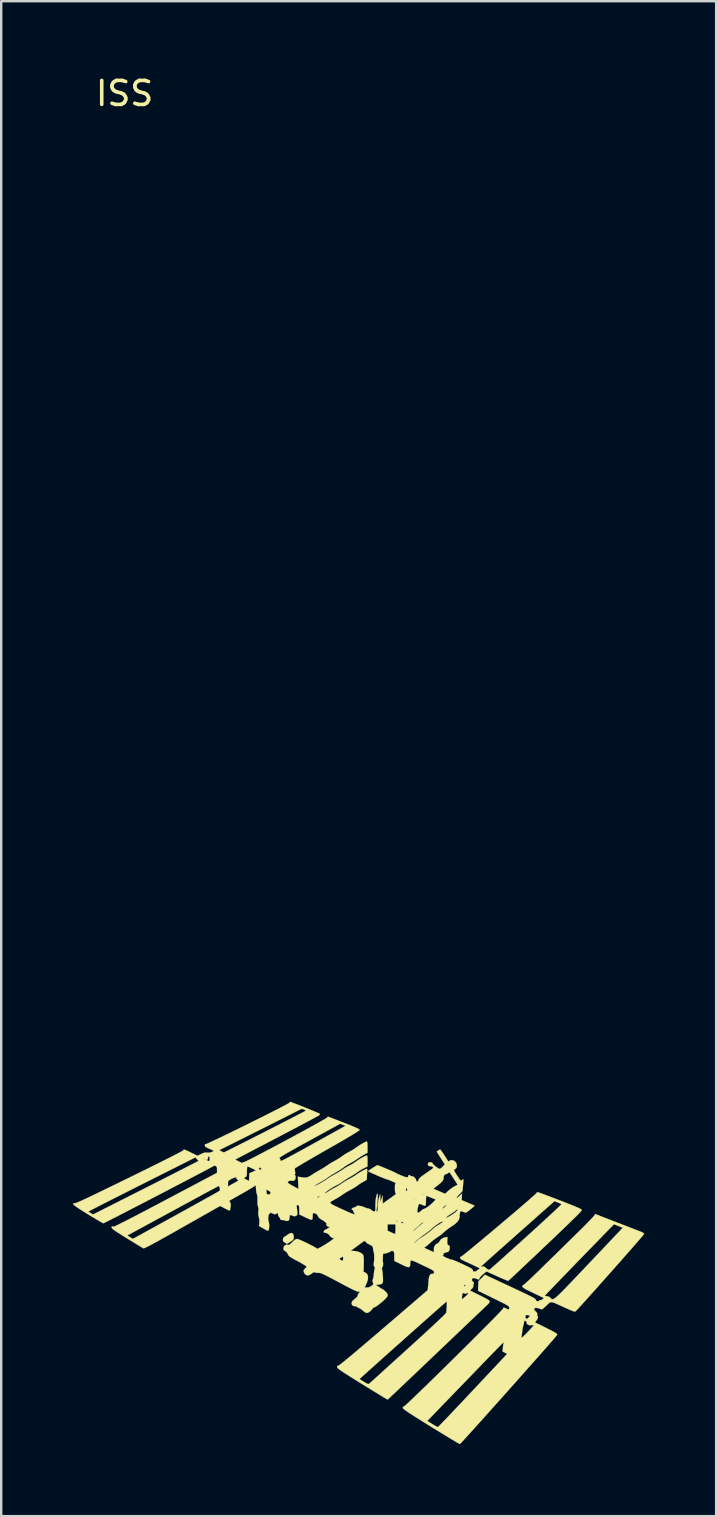
<source format=kicad_pcb>
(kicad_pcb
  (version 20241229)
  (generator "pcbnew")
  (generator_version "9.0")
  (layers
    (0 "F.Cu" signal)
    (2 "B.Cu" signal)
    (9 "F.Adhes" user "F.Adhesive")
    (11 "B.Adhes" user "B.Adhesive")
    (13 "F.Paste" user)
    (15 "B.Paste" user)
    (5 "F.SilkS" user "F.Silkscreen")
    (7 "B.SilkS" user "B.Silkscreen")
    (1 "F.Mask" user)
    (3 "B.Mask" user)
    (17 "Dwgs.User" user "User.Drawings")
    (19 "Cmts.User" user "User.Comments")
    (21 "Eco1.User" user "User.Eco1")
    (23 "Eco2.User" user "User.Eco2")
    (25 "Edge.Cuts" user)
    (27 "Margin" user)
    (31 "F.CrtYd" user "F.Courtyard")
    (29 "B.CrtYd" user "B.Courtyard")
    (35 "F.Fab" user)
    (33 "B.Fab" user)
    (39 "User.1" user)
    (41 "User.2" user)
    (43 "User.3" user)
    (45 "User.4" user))
  (footprint "ISS"
    (layer "F.Cu")
    (at 12.304 47.338)
    (property "Reference" "ISS" (at -10.16 -46.49 0) (layer "F.SilkS") (effects (font (size 1 1) (thickness 0.15))))
    (attr through_hole)
    (fp_poly (pts (xy -3.137 1.058) (xy -3.108 1.134) (xy -3.104 1.181) (xy -3.107 1.243) (xy -3.122 1.287) (xy -3.158 1.325) (xy -3.226 1.373) (xy -3.24 1.383) (xy -3.312 1.429) (xy -3.365 1.462) (xy -3.386 1.473) (xy -3.412 1.461) (xy -3.465 1.431) (xy -3.481 1.422) (xy -3.537 1.38) (xy -3.557 1.336) (xy -3.557 1.289) (xy -3.534 1.217) (xy -3.474 1.169) (xy -3.404 1.127) (xy -3.349 1.086) (xy -3.264 1.032) (xy -3.191 1.023) (xy -3.137 1.058)) (stroke (width 0.01) (type solid)) (fill yes) (layer "F.SilkS"))
    (fp_poly (pts (xy 9.516 0.252) (xy 9.596 0.283) (xy 9.71 0.328) (xy 9.851 0.383) (xy 10.014 0.446) (xy 10.192 0.515) (xy 10.378 0.587) (xy 10.565 0.659) (xy 10.748 0.73) (xy 10.919 0.796) (xy 11.072 0.856) (xy 11.2 0.905) (xy 11.298 0.943) (xy 11.357 0.966) (xy 11.367 0.969) (xy 11.456 1.01) (xy 11.497 1.049) (xy 11.501 1.064) (xy 11.484 1.087) (xy 11.437 1.145) (xy 11.362 1.233) (xy 11.261 1.349) (xy 11.14 1.49) (xy 10.999 1.651) (xy 10.842 1.83) (xy 10.672 2.023) (xy 10.493 2.227) (xy 10.307 2.437) (xy 10.116 2.652) (xy 9.925 2.868) (xy 9.736 3.08) (xy 9.553 3.286) (xy 9.377 3.483) (xy 9.213 3.667) (xy 9.062 3.834) (xy 8.929 3.981) (xy 8.816 4.105) (xy 8.726 4.203) (xy 8.663 4.27) (xy 8.658 4.275) (xy 8.641 4.29) (xy 8.619 4.297) (xy 8.586 4.294) (xy 8.536 4.279) (xy 8.461 4.249) (xy 8.354 4.202) (xy 8.209 4.137) (xy 8.184 4.126) (xy 8.009 4.047) (xy 7.874 3.986) (xy 7.773 3.942) (xy 7.698 3.916) (xy 7.643 3.904) (xy 7.602 3.907) (xy 7.567 3.924) (xy 7.531 3.952) (xy 7.489 3.992) (xy 7.467 4.012) (xy 7.392 4.081) (xy 7.327 4.14) (xy 7.285 4.178) (xy 7.282 4.181) (xy 7.248 4.202) (xy 7.208 4.2) (xy 7.149 4.179) (xy 7.05 4.148) (xy 6.974 4.144) (xy 6.926 4.164) (xy 6.913 4.202) (xy 6.941 4.255) (xy 6.981 4.294) (xy 7.034 4.347) (xy 7.049 4.392) (xy 7.045 4.413) (xy 7.042 4.462) (xy 7.055 4.482) (xy 7.08 4.524) (xy 7.063 4.591) (xy 7.017 4.664) (xy 6.952 4.749) (xy 7.423 4.984) (xy 7.583 5.064) (xy 7.702 5.126) (xy 7.786 5.173) (xy 7.84 5.208) (xy 7.869 5.234) (xy 7.879 5.255) (xy 7.878 5.267) (xy 7.859 5.292) (xy 7.81 5.352) (xy 7.731 5.444) (xy 7.626 5.565) (xy 7.498 5.712) (xy 7.348 5.882) (xy 7.18 6.073) (xy 6.996 6.282) (xy 6.798 6.506) (xy 6.589 6.741) (xy 6.372 6.986) (xy 6.149 7.237) (xy 5.923 7.491) (xy 5.695 7.746) (xy 5.47 7.999) (xy 5.249 8.246) (xy 5.034 8.486) (xy 4.829 8.715) (xy 4.636 8.93) (xy 4.457 9.129) (xy 4.295 9.308) (xy 4.153 9.465) (xy 4.032 9.597) (xy 3.937 9.701) (xy 3.868 9.775) (xy 3.829 9.815) (xy 3.821 9.821) (xy 3.794 9.809) (xy 3.729 9.773) (xy 3.628 9.714) (xy 3.497 9.636) (xy 3.338 9.54) (xy 3.157 9.43) (xy 2.957 9.307) (xy 2.742 9.175) (xy 2.617 9.098) (xy 2.358 8.937) (xy 2.234 8.859) (xy 2.461 8.859) (xy 2.669 8.988) (xy 2.761 9.044) (xy 2.838 9.087) (xy 2.889 9.112) (xy 2.903 9.116) (xy 2.924 9.098) (xy 2.977 9.045) (xy 3.059 8.961) (xy 3.168 8.847) (xy 3.302 8.708) (xy 3.457 8.545) (xy 3.631 8.362) (xy 3.821 8.161) (xy 4.025 7.944) (xy 4.241 7.715) (xy 4.36 7.588) (xy 5.792 6.062) (xy 5.697 6.013) (xy 5.601 5.964) (xy 5.615 5.808) (xy 5.625 5.716) (xy 5.637 5.638) (xy 5.647 5.601) (xy 5.65 5.59) (xy 5.652 5.583) (xy 5.649 5.581) (xy 5.641 5.585) (xy 5.623 5.599) (xy 5.596 5.624) (xy 5.557 5.663) (xy 5.503 5.716) (xy 5.432 5.787) (xy 5.344 5.878) (xy 5.235 5.99) (xy 5.103 6.125) (xy 4.947 6.286) (xy 4.765 6.475) (xy 4.554 6.693) (xy 4.312 6.943) (xy 4.038 7.227) (xy 3.936 7.332) (xy 2.461 8.859) (xy 2.234 8.859) (xy 2.139 8.8) (xy 1.957 8.686) (xy 1.809 8.591) (xy 1.691 8.515) (xy 1.6 8.453) (xy 1.534 8.406) (xy 1.488 8.37) (xy 1.46 8.342) (xy 1.446 8.322) (xy 1.442 8.309) (xy 1.452 8.266) (xy 1.479 8.264) (xy 1.502 8.248) (xy 1.559 8.2) (xy 1.645 8.121) (xy 1.759 8.014) (xy 1.898 7.882) (xy 2.059 7.727) (xy 2.239 7.553) (xy 2.436 7.363) (xy 2.646 7.158) (xy 2.867 6.941) (xy 3.097 6.717) (xy 3.331 6.486) (xy 3.569 6.252) (xy 3.806 6.017) (xy 4.04 5.785) (xy 4.269 5.558) (xy 4.442 5.385) (xy 6.381 5.385) (xy 6.388 5.397) (xy 6.424 5.372) (xy 6.492 5.311) (xy 6.591 5.211) (xy 6.632 5.169) (xy 6.725 5.071) (xy 6.805 4.985) (xy 6.864 4.919) (xy 6.897 4.879) (xy 6.902 4.87) (xy 6.881 4.862) (xy 6.826 4.864) (xy 6.801 4.867) (xy 6.707 4.865) (xy 6.637 4.831) (xy 6.601 4.772) (xy 6.598 4.746) (xy 6.594 4.707) (xy 6.588 4.699) (xy 6.558 4.691) (xy 6.537 4.684) (xy 6.507 4.685) (xy 6.497 4.726) (xy 6.497 4.733) (xy 6.487 4.806) (xy 6.468 4.869) (xy 6.451 4.93) (xy 6.434 5.022) (xy 6.42 5.126) (xy 6.419 5.131) (xy 6.407 5.233) (xy 6.394 5.323) (xy 6.382 5.382) (xy 6.381 5.385) (xy 4.442 5.385) (xy 4.489 5.338) (xy 4.698 5.129) (xy 4.893 4.933) (xy 5.071 4.753) (xy 5.23 4.592) (xy 5.322 4.497) (xy 6.55 4.497) (xy 6.556 4.553) (xy 6.575 4.587) (xy 6.6 4.607) (xy 6.631 4.597) (xy 6.678 4.556) (xy 6.721 4.509) (xy 6.738 4.478) (xy 6.737 4.474) (xy 6.706 4.457) (xy 6.641 4.444) (xy 6.611 4.439) (xy 6.57 4.453) (xy 6.55 4.497) (xy 5.322 4.497) (xy 5.366 4.452) (xy 5.477 4.337) (xy 5.561 4.248) (xy 5.614 4.189) (xy 5.633 4.162) (xy 5.633 4.162) (xy 5.636 4.134) (xy 5.652 4.128) (xy 5.695 4.146) (xy 5.734 4.165) (xy 5.816 4.203) (xy 5.863 4.212) (xy 5.882 4.191) (xy 5.882 4.141) (xy 5.878 4.117) (xy 5.867 4.095) (xy 5.844 4.072) (xy 5.804 4.043) (xy 5.742 4.007) (xy 5.654 3.96) (xy 5.533 3.899) (xy 5.376 3.821) (xy 5.227 3.748) (xy 4.579 3.431) (xy 4.594 3.035) (xy 4.729 2.899) (xy 4.864 2.763) (xy 5.928 3.26) (xy 6.182 3.379) (xy 6.394 3.479) (xy 6.566 3.561) (xy 6.703 3.628) (xy 6.809 3.682) (xy 6.886 3.723) (xy 6.938 3.755) (xy 6.97 3.779) (xy 6.985 3.796) (xy 6.987 3.806) (xy 7.002 3.846) (xy 7.045 3.869) (xy 7.092 3.871) (xy 7.124 3.844) (xy 7.124 3.844) (xy 7.156 3.82) (xy 7.181 3.822) (xy 7.218 3.817) (xy 7.262 3.792) (xy 7.299 3.759) (xy 7.311 3.732) (xy 7.307 3.726) (xy 7.282 3.713) (xy 7.218 3.682) (xy 7.123 3.637) (xy 7.12 3.635) (xy 7.365 3.635) (xy 7.381 3.65) (xy 7.432 3.657) (xy 7.443 3.658) (xy 7.536 3.679) (xy 7.589 3.721) (xy 7.612 3.746) (xy 7.633 3.766) (xy 7.654 3.78) (xy 7.679 3.786) (xy 7.709 3.781) (xy 7.746 3.764) (xy 7.794 3.732) (xy 7.854 3.683) (xy 7.929 3.615) (xy 8.021 3.526) (xy 8.133 3.414) (xy 8.266 3.277) (xy 8.425 3.113) (xy 8.609 2.919) (xy 8.823 2.693) (xy 9.069 2.434) (xy 9.202 2.294) (xy 10.614 0.803) (xy 10.43 0.73) (xy 10.247 0.657) (xy 10.103 0.805) (xy 9.863 1.051) (xy 9.621 1.3) (xy 9.378 1.55) (xy 9.137 1.798) (xy 8.901 2.041) (xy 8.672 2.276) (xy 8.454 2.502) (xy 8.248 2.715) (xy 8.057 2.912) (xy 7.884 3.091) (xy 7.732 3.25) (xy 7.602 3.385) (xy 7.498 3.493) (xy 7.422 3.573) (xy 7.377 3.621) (xy 7.365 3.635) (xy 7.12 3.635) (xy 7.004 3.58) (xy 6.869 3.516) (xy 6.865 3.514) (xy 6.707 3.438) (xy 6.59 3.379) (xy 6.508 3.333) (xy 6.457 3.299) (xy 6.431 3.271) (xy 6.425 3.255) (xy 6.432 3.21) (xy 6.457 3.2) (xy 6.484 3.183) (xy 6.542 3.134) (xy 6.628 3.057) (xy 6.737 2.956) (xy 6.864 2.836) (xy 7.006 2.699) (xy 7.151 2.558) (xy 7.321 2.391) (xy 7.518 2.197) (xy 7.735 1.986) (xy 7.961 1.764) (xy 8.188 1.542) (xy 8.407 1.327) (xy 8.61 1.129) (xy 8.618 1.121) (xy 8.786 0.955) (xy 8.944 0.799) (xy 9.086 0.656) (xy 9.209 0.53) (xy 9.309 0.425) (xy 9.384 0.345) (xy 9.428 0.293) (xy 9.439 0.276) (xy 9.457 0.24) (xy 9.477 0.237) (xy 9.516 0.252)) (stroke (width 0.01) (type solid)) (fill yes) (layer "F.SilkS"))
    (fp_poly (pts (xy -3.226 -4.436) (xy -3.155 -4.411) (xy -3.054 -4.372) (xy -2.929 -4.324) (xy -2.789 -4.269) (xy -2.642 -4.21) (xy -2.494 -4.15) (xy -2.354 -4.093) (xy -2.229 -4.04) (xy -2.127 -3.997) (xy -2.055 -3.965) (xy -2.021 -3.947) (xy -2.02 -3.945) (xy -2.026 -3.907) (xy -2.032 -3.896) (xy -2.057 -3.881) (xy -2.123 -3.843) (xy -2.228 -3.786) (xy -2.367 -3.711) (xy -2.538 -3.62) (xy -2.736 -3.514) (xy -2.958 -3.397) (xy -3.201 -3.269) (xy -3.461 -3.132) (xy -3.735 -2.989) (xy -3.79 -2.96) (xy -4.066 -2.815) (xy -4.328 -2.678) (xy -4.574 -2.55) (xy -4.8 -2.431) (xy -5.002 -2.326) (xy -5.177 -2.234) (xy -5.322 -2.158) (xy -5.432 -2.1) (xy -5.505 -2.061) (xy -5.538 -2.044) (xy -5.539 -2.043) (xy -5.523 -2.029) (xy -5.472 -1.999) (xy -5.397 -1.959) (xy -5.393 -1.957) (xy -5.316 -1.922) (xy -5.261 -1.903) (xy -5.238 -1.904) (xy -5.238 -1.905) (xy -5.217 -1.925) (xy -5.185 -1.93) (xy -5.152 -1.942) (xy -5.079 -1.976) (xy -4.97 -2.029) (xy -4.83 -2.1) (xy -4.823 -2.103) (xy -3.704 -2.103) (xy -3.703 -2.102) (xy -3.672 -2.062) (xy -3.663 -2.019) (xy -3.661 -1.995) (xy -3.651 -1.983) (xy -3.625 -1.986) (xy -3.575 -2.006) (xy -3.495 -2.045) (xy -3.378 -2.106) (xy -3.377 -2.106) (xy -3.296 -2.15) (xy -3.176 -2.214) (xy -3.024 -2.297) (xy -2.845 -2.395) (xy -2.645 -2.504) (xy -2.431 -2.622) (xy -2.208 -2.746) (xy -2.018 -2.851) (xy -0.944 -3.447) (xy -1.057 -3.49) (xy -1.17 -3.533) (xy -2.456 -2.829) (xy -2.746 -2.67) (xy -2.993 -2.533) (xy -3.199 -2.418) (xy -3.367 -2.323) (xy -3.498 -2.246) (xy -3.596 -2.188) (xy -3.661 -2.145) (xy -3.696 -2.117) (xy -3.704 -2.103) (xy -4.823 -2.103) (xy -4.662 -2.186) (xy -4.471 -2.286) (xy -4.262 -2.395) (xy -4.038 -2.514) (xy -3.804 -2.638) (xy -3.563 -2.766) (xy -3.321 -2.896) (xy -3.08 -3.026) (xy -2.846 -3.152) (xy -2.623 -3.274) (xy -2.415 -3.388) (xy -2.226 -3.492) (xy -2.06 -3.585) (xy -1.922 -3.663) (xy -1.815 -3.725) (xy -1.744 -3.768) (xy -1.714 -3.791) (xy -1.713 -3.792) (xy -1.686 -3.825) (xy -1.66 -3.823) (xy -1.626 -3.81) (xy -1.551 -3.781) (xy -1.442 -3.739) (xy -1.307 -3.687) (xy -1.15 -3.626) (xy -0.99 -3.564) (xy -0.789 -3.485) (xy -0.633 -3.421) (xy -0.516 -3.371) (xy -0.435 -3.333) (xy -0.385 -3.304) (xy -0.363 -3.283) (xy -0.361 -3.276) (xy -0.378 -3.257) (xy -0.428 -3.22) (xy -0.513 -3.164) (xy -0.635 -3.089) (xy -0.795 -2.993) (xy -0.994 -2.876) (xy -1.234 -2.737) (xy -1.517 -2.575) (xy -1.705 -2.467) (xy -1.945 -2.331) (xy -2.171 -2.2) (xy -2.38 -2.08) (xy -2.568 -1.97) (xy -2.732 -1.874) (xy -2.866 -1.794) (xy -2.968 -1.732) (xy -3.034 -1.69) (xy -3.06 -1.671) (xy -3.06 -1.671) (xy -3.062 -1.627) (xy -3.055 -1.558) (xy -3.051 -1.537) (xy -3.045 -1.455) (xy -3.062 -1.417) (xy -3.077 -1.4) (xy -3.06 -1.397) (xy -3.038 -1.373) (xy -3.028 -1.307) (xy -3.028 -1.296) (xy -3.045 -1.209) (xy -3.094 -1.16) (xy -3.175 -1.151) (xy -3.209 -1.156) (xy -3.282 -1.157) (xy -3.337 -1.129) (xy -3.358 -1.082) (xy -3.337 -1.059) (xy -3.281 -1.019) (xy -3.198 -0.969) (xy -3.134 -0.933) (xy -2.909 -0.813) (xy -2.921 -1.07) (xy -2.934 -1.327) (xy -2.835 -1.309) (xy -2.703 -1.289) (xy -2.602 -1.288) (xy -2.513 -1.309) (xy -2.421 -1.356) (xy -2.351 -1.401) (xy -2.237 -1.474) (xy -2.109 -1.552) (xy -1.999 -1.614) (xy -1.892 -1.676) (xy -1.782 -1.745) (xy -1.695 -1.805) (xy -1.602 -1.868) (xy -1.49 -1.935) (xy -1.403 -1.982) (xy -1.292 -2.043) (xy -1.175 -2.117) (xy -1.098 -2.172) (xy -0.997 -2.242) (xy -0.879 -2.315) (xy -0.793 -2.361) (xy -0.686 -2.42) (xy -0.575 -2.489) (xy -0.501 -2.541) (xy -0.417 -2.6) (xy -0.321 -2.662) (xy -0.224 -2.718) (xy -0.14 -2.763) (xy -0.078 -2.79) (xy -0.059 -2.794) (xy -0.044 -2.769) (xy -0.035 -2.695) (xy -0.031 -2.575) (xy -0.031 -2.559) (xy -0.032 -2.324) (xy -0.19 -2.237) (xy -0.295 -2.176) (xy -0.405 -2.105) (xy -0.475 -2.056) (xy -0.568 -1.993) (xy -0.68 -1.926) (xy -0.768 -1.879) (xy -0.872 -1.821) (xy -0.977 -1.754) (xy -1.047 -1.702) (xy -1.124 -1.645) (xy -1.228 -1.577) (xy -1.338 -1.512) (xy -1.364 -1.497) (xy -1.474 -1.434) (xy -1.583 -1.366) (xy -1.671 -1.305) (xy -1.687 -1.293) (xy -1.765 -1.237) (xy -1.87 -1.17) (xy -1.983 -1.103) (xy -2.024 -1.081) (xy -2.116 -1.028) (xy -2.189 -0.983) (xy -2.233 -0.951) (xy -2.241 -0.941) (xy -2.221 -0.941) (xy -2.167 -0.963) (xy -2.087 -1.003) (xy -1.992 -1.055) (xy -1.888 -1.116) (xy -1.786 -1.179) (xy -1.693 -1.241) (xy -1.682 -1.249) (xy -1.574 -1.32) (xy -1.453 -1.393) (xy -1.353 -1.448) (xy -1.246 -1.507) (xy -1.134 -1.576) (xy -1.06 -1.627) (xy -0.961 -1.695) (xy -0.847 -1.759) (xy -0.785 -1.79) (xy -0.681 -1.844) (xy -0.57 -1.913) (xy -0.508 -1.958) (xy -0.428 -2.016) (xy -0.333 -2.076) (xy -0.235 -2.132) (xy -0.147 -2.178) (xy -0.081 -2.205) (xy -0.057 -2.21) (xy -0.044 -2.186) (xy -0.035 -2.117) (xy -0.031 -2.012) (xy -0.031 -1.982) (xy -0.031 -1.753) (xy -0.19 -1.673) (xy -0.287 -1.621) (xy -0.38 -1.564) (xy -0.439 -1.522) (xy -0.501 -1.478) (xy -0.593 -1.419) (xy -0.698 -1.354) (xy -0.755 -1.321) (xy -0.862 -1.257) (xy -0.963 -1.194) (xy -1.042 -1.14) (xy -1.071 -1.119) (xy -1.138 -1.073) (xy -1.233 -1.016) (xy -1.336 -0.96) (xy -1.35 -0.953) (xy -1.456 -0.896) (xy -1.562 -0.831) (xy -1.66 -0.765) (xy -1.74 -0.705) (xy -1.792 -0.657) (xy -1.809 -0.63) (xy -1.791 -0.63) (xy -1.743 -0.656) (xy -1.688 -0.693) (xy -1.599 -0.752) (xy -1.491 -0.817) (xy -1.403 -0.863) (xy -1.295 -0.922) (xy -1.183 -0.99) (xy -1.109 -1.042) (xy -1.019 -1.102) (xy -0.907 -1.17) (xy -0.797 -1.23) (xy -0.796 -1.23) (xy -0.683 -1.292) (xy -0.563 -1.365) (xy -0.467 -1.43) (xy -0.384 -1.486) (xy -0.292 -1.541) (xy -0.202 -1.591) (xy -0.123 -1.629) (xy -0.068 -1.649) (xy -0.047 -1.649) (xy -0.044 -1.621) (xy -0.045 -1.554) (xy -0.048 -1.46) (xy -0.05 -1.416) (xy -0.063 -1.195) (xy -0.218 -1.108) (xy -0.317 -1.049) (xy -0.414 -0.985) (xy -0.475 -0.939) (xy -0.551 -0.887) (xy -0.651 -0.826) (xy -0.754 -0.77) (xy -0.755 -0.769) (xy -0.864 -0.711) (xy -0.974 -0.644) (xy -1.06 -0.586) (xy -1.148 -0.525) (xy -1.258 -0.456) (xy -1.364 -0.395) (xy -1.458 -0.344) (xy -1.528 -0.305) (xy -1.57 -0.271) (xy -1.583 -0.241) (xy -1.564 -0.209) (xy -1.51 -0.17) (xy -1.419 -0.122) (xy -1.288 -0.059) (xy -1.114 0.022) (xy -1.104 0.026) (xy -0.911 0.115) (xy -0.762 0.18) (xy -0.654 0.223) (xy -0.588 0.242) (xy -0.56 0.239) (xy -0.57 0.215) (xy -0.587 0.196) (xy -0.612 0.147) (xy -0.615 0.125) (xy -0.635 0.08) (xy -0.653 0.067) (xy -0.69 0.038) (xy -0.683 0.003) (xy -0.638 -0.026) (xy -0.601 -0.037) (xy -0.538 -0.057) (xy -0.499 -0.085) (xy -0.497 -0.089) (xy -0.464 -0.11) (xy -0.398 -0.113) (xy -0.312 -0.101) (xy -0.219 -0.075) (xy -0.153 -0.047) (xy -0.078 -0.017) (xy -0.011 -0.001) (xy 0 0) (xy 0.058 0.017) (xy 0.12 0.058) (xy 0.127 0.064) (xy 0.187 0.106) (xy 0.242 0.127) (xy 0.247 0.127) (xy 0.271 0.124) (xy 0.287 0.107) (xy 0.295 0.068) (xy 0.298 -0.003) (xy 0.299 -0.115) (xy 0.299 -0.116) (xy 0.304 -0.273) (xy 0.318 -0.412) (xy 0.34 -0.525) (xy 0.367 -0.602) (xy 0.381 -0.622) (xy 0.389 -0.609) (xy 0.393 -0.556) (xy 0.393 -0.473) (xy 0.389 -0.371) (xy 0.383 -0.259) (xy 0.374 -0.149) (xy 0.364 -0.051) (xy 0.352 0.025) (xy 0.35 0.032) (xy 0.341 0.096) (xy 0.35 0.123) (xy 0.365 0.127) (xy 0.383 0.115) (xy 0.389 0.095) (xy 2.045 0.095) (xy 2.049 0.158) (xy 2.079 0.178) (xy 2.134 0.154) (xy 2.2 0.102) (xy 2.255 0.055) (xy 2.295 0.028) (xy 2.304 0.025) (xy 2.355 0.009) (xy 2.379 -0.004) (xy 3.094 -0.004) (xy 3.1 0.000001) (xy 3.138 -0.017) (xy 3.191 -0.06) (xy 3.208 -0.076) (xy 3.248 -0.123) (xy 3.263 -0.15) (xy 3.26 -0.152) (xy 3.23 -0.137) (xy 3.179 -0.098) (xy 3.153 -0.076) (xy 3.109 -0.032) (xy 3.094 -0.004) (xy 2.379 -0.004) (xy 2.431 -0.034) (xy 2.519 -0.096) (xy 2.61 -0.169) (xy 2.681 -0.235) (xy 2.815 -0.371) (xy 2.643 -0.443) (xy 2.554 -0.479) (xy 2.482 -0.509) (xy 2.441 -0.526) (xy 2.439 -0.526) (xy 2.423 -0.519) (xy 2.413 -0.478) (xy 2.408 -0.397) (xy 2.407 -0.334) (xy 2.405 -0.237) (xy 2.397 -0.161) (xy 2.386 -0.119) (xy 2.383 -0.115) (xy 2.345 -0.114) (xy 2.288 -0.135) (xy 2.287 -0.135) (xy 2.2 -0.177) (xy 2.145 -0.191) (xy 2.112 -0.175) (xy 2.09 -0.127) (xy 2.082 -0.096) (xy 2.062 -0.006) (xy 2.047 0.08) (xy 2.045 0.095) (xy 0.389 0.095) (xy 0.395 0.075) (xy 0.401 -0.002) (xy 0.402 -0.095) (xy 0.414 -0.284) (xy 0.445 -0.439) (xy 0.451 -0.457) (xy 0.497 -0.597) (xy 0.507 -0.267) (xy 0.553 -0.406) (xy 0.599 -0.546) (xy 0.602 -0.375) (xy 0.604 -0.204) (xy 0.871 -0.394) (xy 1.899 -0.394) (xy 1.912 -0.381) (xy 1.925 -0.394) (xy 1.912 -0.406) (xy 1.899 -0.394) (xy 0.871 -0.394) (xy 0.877 -0.398) (xy 0.995 -0.482) (xy 1.078 -0.541) (xy 1.119 -0.571) (xy 2.306 -0.571) (xy 2.319 -0.559) (xy 2.331 -0.571) (xy 2.319 -0.584) (xy 2.306 -0.571) (xy 1.119 -0.571) (xy 1.13 -0.58) (xy 1.15 -0.597) (xy 2.255 -0.597) (xy 2.268 -0.584) (xy 2.28 -0.597) (xy 2.268 -0.61) (xy 2.255 -0.597) (xy 1.15 -0.597) (xy 1.157 -0.603) (xy 1.165 -0.616) (xy 1.158 -0.623) (xy 1.144 -0.628) (xy 1.125 -0.657) (xy 1.115 -0.731) (xy 1.113 -0.803) (xy 1.571 -0.803) (xy 1.572 -0.742) (xy 1.583 -0.723) (xy 1.608 -0.737) (xy 1.608 -0.737) (xy 1.631 -0.776) (xy 1.624 -0.797) (xy 1.609 -0.822) (xy 2.72 -0.822) (xy 2.745 -0.81) (xy 2.807 -0.782) (xy 2.895 -0.745) (xy 2.967 -0.714) (xy 3.208 -0.613) (xy 3.322 -0.722) (xy 3.411 -0.797) (xy 3.517 -0.873) (xy 3.581 -0.912) (xy 3.727 -0.993) (xy 3.584 -1.214) (xy 3.506 -1.336) (xy 3.45 -1.421) (xy 3.413 -1.475) (xy 3.389 -1.503) (xy 3.374 -1.511) (xy 3.363 -1.505) (xy 3.351 -1.49) (xy 3.35 -1.489) (xy 3.303 -1.456) (xy 3.251 -1.436) (xy 3.185 -1.408) (xy 3.153 -1.358) (xy 3.144 -1.28) (xy 3.133 -1.211) (xy 3.094 -1.142) (xy 3.023 -1.066) (xy 2.914 -0.977) (xy 2.877 -0.949) (xy 2.802 -0.893) (xy 2.747 -0.848) (xy 2.721 -0.824) (xy 2.72 -0.822) (xy 1.609 -0.822) (xy 1.594 -0.847) (xy 1.587 -0.864) (xy 1.578 -0.866) (xy 1.572 -0.827) (xy 1.571 -0.803) (xy 1.113 -0.803) (xy 1.112 -0.84) (xy 1.113 -0.942) (xy 1.119 -1.003) (xy 1.131 -1.033) (xy 1.152 -1.042) (xy 1.156 -1.042) (xy 1.155 -1.051) (xy 1.115 -1.076) (xy 1.044 -1.111) (xy 1 -1.131) (xy 0.906 -1.171) (xy 0.828 -1.202) (xy 0.779 -1.218) (xy 0.771 -1.219) (xy 0.737 -1.229) (xy 0.668 -1.254) (xy 0.574 -1.292) (xy 0.463 -1.338) (xy 0.347 -1.388) (xy 0.233 -1.438) (xy 0.132 -1.484) (xy 0.052 -1.521) (xy 0.005 -1.546) (xy -0.005 -1.554) (xy 0.015 -1.573) (xy 0.066 -1.611) (xy 0.138 -1.659) (xy 0.217 -1.71) (xy 0.292 -1.756) (xy 0.352 -1.79) (xy 0.384 -1.803) (xy 0.384 -1.803) (xy 0.416 -1.794) (xy 0.483 -1.768) (xy 0.577 -1.731) (xy 0.688 -1.685) (xy 0.804 -1.636) (xy 0.917 -1.588) (xy 1.016 -1.545) (xy 1.09 -1.511) (xy 1.131 -1.491) (xy 1.134 -1.489) (xy 1.172 -1.468) (xy 1.244 -1.433) (xy 1.338 -1.391) (xy 1.392 -1.369) (xy 1.512 -1.322) (xy 1.593 -1.3) (xy 1.643 -1.302) (xy 1.666 -1.329) (xy 1.671 -1.364) (xy 1.691 -1.393) (xy 1.709 -1.397) (xy 1.743 -1.383) (xy 1.747 -1.372) (xy 1.769 -1.354) (xy 1.821 -1.346) (xy 1.89 -1.324) (xy 1.953 -1.269) (xy 1.994 -1.198) (xy 2.001 -1.156) (xy 2.016 -1.125) (xy 2.05 -1.124) (xy 2.084 -1.149) (xy 2.099 -1.181) (xy 2.108 -1.215) (xy 2.125 -1.247) (xy 2.158 -1.283) (xy 2.211 -1.328) (xy 2.293 -1.388) (xy 2.408 -1.468) (xy 2.452 -1.498) (xy 2.566 -1.578) (xy 2.643 -1.634) (xy 2.69 -1.672) (xy 2.709 -1.697) (xy 2.708 -1.715) (xy 2.691 -1.731) (xy 2.685 -1.736) (xy 2.631 -1.76) (xy 2.595 -1.761) (xy 2.545 -1.765) (xy 2.501 -1.802) (xy 2.484 -1.855) (xy 2.504 -1.9) (xy 2.554 -1.926) (xy 2.613 -1.929) (xy 2.664 -1.907) (xy 2.681 -1.882) (xy 2.713 -1.837) (xy 2.772 -1.781) (xy 2.845 -1.723) (xy 2.915 -1.677) (xy 2.969 -1.652) (xy 2.979 -1.651) (xy 3.02 -1.668) (xy 3.076 -1.713) (xy 3.108 -1.744) (xy 3.195 -1.837) (xy 2.856 -2.368) (xy 2.918 -2.416) (xy 2.968 -2.447) (xy 3.002 -2.455) (xy 3.025 -2.432) (xy 3.068 -2.373) (xy 3.128 -2.286) (xy 3.198 -2.179) (xy 3.274 -2.06) (xy 3.323 -1.981) (xy 3.35 -1.959) (xy 3.366 -1.97) (xy 3.422 -2.01) (xy 3.497 -2.016) (xy 3.575 -1.991) (xy 3.641 -1.939) (xy 3.665 -1.904) (xy 3.698 -1.802) (xy 3.688 -1.715) (xy 3.637 -1.65) (xy 3.58 -1.622) (xy 3.576 -1.599) (xy 3.601 -1.539) (xy 3.658 -1.443) (xy 3.702 -1.375) (xy 3.77 -1.272) (xy 3.817 -1.206) (xy 3.848 -1.171) (xy 3.872 -1.161) (xy 3.892 -1.17) (xy 3.907 -1.182) (xy 3.947 -1.212) (xy 3.966 -1.217) (xy 3.967 -1.189) (xy 3.964 -1.122) (xy 3.957 -1.027) (xy 3.951 -0.965) (xy 3.928 -0.724) (xy 3.785 -0.578) (xy 3.715 -0.501) (xy 3.682 -0.451) (xy 3.684 -0.432) (xy 3.718 -0.447) (xy 3.782 -0.5) (xy 3.812 -0.527) (xy 3.91 -0.622) (xy 3.896 -0.347) (xy 4.159 -0.237) (xy 4.265 -0.192) (xy 4.353 -0.154) (xy 4.412 -0.128) (xy 4.432 -0.118) (xy 4.418 -0.099) (xy 4.372 -0.056) (xy 4.302 0.003) (xy 4.259 0.039) (xy 4.172 0.108) (xy 4.114 0.149) (xy 4.073 0.168) (xy 4.039 0.168) (xy 4 0.156) (xy 3.997 0.154) (xy 3.913 0.122) (xy 3.864 0.111) (xy 3.839 0.125) (xy 3.826 0.165) (xy 3.821 0.195) (xy 3.81 0.284) (xy 3.805 0.37) (xy 3.805 0.375) (xy 3.781 0.461) (xy 3.714 0.557) (xy 3.608 0.655) (xy 3.469 0.751) (xy 3.465 0.753) (xy 3.362 0.822) (xy 3.251 0.907) (xy 3.169 0.977) (xy 3.076 1.059) (xy 2.972 1.139) (xy 2.89 1.194) (xy 2.791 1.261) (xy 2.686 1.342) (xy 2.623 1.396) (xy 2.543 1.468) (xy 2.464 1.536) (xy 2.414 1.576) (xy 2.331 1.64) (xy 2.534 1.732) (xy 2.738 1.825) (xy 2.738 1.7) (xy 2.742 1.628) (xy 2.752 1.583) (xy 2.76 1.575) (xy 2.784 1.554) (xy 2.795 1.526) (xy 2.828 1.485) (xy 2.868 1.469) (xy 2.927 1.437) (xy 2.966 1.382) (xy 3.035 1.284) (xy 3.133 1.225) (xy 3.205 1.205) (xy 3.301 1.187) (xy 3.296 1.299) (xy 3.293 1.405) (xy 3.297 1.472) (xy 3.31 1.509) (xy 3.333 1.527) (xy 3.347 1.531) (xy 3.381 1.552) (xy 3.396 1.599) (xy 3.398 1.647) (xy 3.382 1.746) (xy 3.334 1.807) (xy 3.258 1.829) (xy 3.258 1.829) (xy 3.205 1.839) (xy 3.182 1.855) (xy 3.153 1.87) (xy 3.145 1.867) (xy 3.133 1.876) (xy 3.137 1.905) (xy 3.135 1.946) (xy 3.103 1.957) (xy 3.096 1.967) (xy 3.127 1.989) (xy 3.183 2.021) (xy 3.255 2.056) (xy 3.332 2.089) (xy 3.403 2.116) (xy 3.458 2.131) (xy 3.474 2.133) (xy 3.517 2.143) (xy 3.597 2.173) (xy 3.705 2.217) (xy 3.832 2.273) (xy 3.95 2.328) (xy 4.1 2.4) (xy 4.209 2.454) (xy 4.284 2.495) (xy 4.331 2.527) (xy 4.355 2.553) (xy 4.363 2.576) (xy 4.363 2.581) (xy 4.375 2.625) (xy 4.42 2.634) (xy 4.42 2.634) (xy 4.477 2.623) (xy 4.503 2.611) (xy 4.54 2.582) (xy 4.592 2.542) (xy 4.655 2.494) (xy 4.513 2.427) (xy 4.693 2.427) (xy 4.715 2.43) (xy 4.767 2.422) (xy 4.767 2.422) (xy 4.834 2.422) (xy 4.886 2.46) (xy 4.888 2.463) (xy 4.945 2.515) (xy 5.008 2.55) (xy 5.056 2.557) (xy 5.077 2.54) (xy 5.133 2.491) (xy 5.222 2.413) (xy 5.339 2.309) (xy 5.482 2.181) (xy 5.649 2.031) (xy 5.836 1.863) (xy 6.04 1.679) (xy 6.26 1.482) (xy 6.491 1.273) (xy 6.575 1.197) (xy 6.809 0.985) (xy 7.031 0.783) (xy 7.239 0.593) (xy 7.429 0.418) (xy 7.6 0.26) (xy 7.747 0.123) (xy 7.869 0.008) (xy 7.963 -0.082) (xy 8.025 -0.144) (xy 8.053 -0.176) (xy 8.054 -0.179) (xy 8.021 -0.199) (xy 7.956 -0.229) (xy 7.899 -0.252) (xy 7.765 -0.305) (xy 6.229 1.056) (xy 5.991 1.267) (xy 5.765 1.468) (xy 5.552 1.657) (xy 5.356 1.831) (xy 5.18 1.988) (xy 5.027 2.125) (xy 4.899 2.239) (xy 4.8 2.329) (xy 4.731 2.391) (xy 4.697 2.423) (xy 4.693 2.427) (xy 4.513 2.427) (xy 4.376 2.362) (xy 4.252 2.303) (xy 4.13 2.246) (xy 4.025 2.198) (xy 3.963 2.169) (xy 3.88 2.126) (xy 3.838 2.087) (xy 3.83 2.057) (xy 3.844 2.016) (xy 3.867 2.012) (xy 3.892 1.997) (xy 3.952 1.952) (xy 4.043 1.88) (xy 4.162 1.784) (xy 4.306 1.667) (xy 4.47 1.531) (xy 4.652 1.381) (xy 4.847 1.218) (xy 5.053 1.046) (xy 5.265 0.868) (xy 5.48 0.687) (xy 5.694 0.506) (xy 5.905 0.327) (xy 6.107 0.155) (xy 6.299 -0.009) (xy 6.476 -0.161) (xy 6.635 -0.298) (xy 6.772 -0.418) (xy 6.883 -0.516) (xy 6.966 -0.591) (xy 7.016 -0.639) (xy 7.03 -0.657) (xy 7.031 -0.668) (xy 7.036 -0.676) (xy 7.049 -0.679) (xy 7.075 -0.675) (xy 7.118 -0.663) (xy 7.183 -0.641) (xy 7.272 -0.609) (xy 7.391 -0.564) (xy 7.544 -0.506) (xy 7.736 -0.433) (xy 7.969 -0.343) (xy 8.021 -0.323) (xy 8.256 -0.231) (xy 8.447 -0.156) (xy 8.599 -0.095) (xy 8.715 -0.046) (xy 8.8 -0.008) (xy 8.856 0.022) (xy 8.89 0.045) (xy 8.904 0.062) (xy 8.904 0.065) (xy 8.895 0.084) (xy 8.864 0.124) (xy 8.809 0.184) (xy 8.729 0.267) (xy 8.622 0.374) (xy 8.486 0.507) (xy 8.321 0.668) (xy 8.125 0.857) (xy 7.895 1.076) (xy 7.632 1.327) (xy 7.384 1.562) (xy 7.15 1.784) (xy 6.927 1.996) (xy 6.716 2.195) (xy 6.521 2.378) (xy 6.346 2.544) (xy 6.191 2.689) (xy 6.061 2.811) (xy 5.958 2.907) (xy 5.885 2.975) (xy 5.844 3.011) (xy 5.837 3.018) (xy 5.808 3.01) (xy 5.741 2.984) (xy 5.642 2.943) (xy 5.52 2.891) (xy 5.382 2.829) (xy 5.373 2.825) (xy 4.931 2.625) (xy 4.788 2.741) (xy 4.718 2.804) (xy 4.666 2.861) (xy 4.644 2.899) (xy 4.644 2.9) (xy 4.627 2.95) (xy 4.58 2.959) (xy 4.518 2.935) (xy 4.424 2.9) (xy 4.359 2.906) (xy 4.324 2.951) (xy 4.323 3.005) (xy 4.365 3.055) (xy 4.404 3.095) (xy 4.405 3.13) (xy 4.394 3.15) (xy 4.376 3.206) (xy 4.379 3.237) (xy 4.371 3.282) (xy 4.325 3.341) (xy 4.318 3.348) (xy 4.241 3.419) (xy 4.659 3.628) (xy 4.807 3.702) (xy 4.915 3.758) (xy 4.989 3.8) (xy 5.034 3.831) (xy 5.057 3.855) (xy 5.063 3.876) (xy 5.061 3.893) (xy 5.027 3.957) (xy 4.998 3.988) (xy 4.974 4.01) (xy 4.916 4.065) (xy 4.826 4.151) (xy 4.706 4.265) (xy 4.559 4.404) (xy 4.387 4.568) (xy 4.192 4.753) (xy 3.978 4.957) (xy 3.746 5.178) (xy 3.499 5.414) (xy 3.239 5.662) (xy 2.968 5.92) (xy 2.89 5.994) (xy 2.617 6.254) (xy 2.355 6.504) (xy 2.106 6.742) (xy 1.871 6.965) (xy 1.654 7.171) (xy 1.456 7.359) (xy 1.28 7.526) (xy 1.129 7.669) (xy 1.004 7.787) (xy 0.908 7.877) (xy 0.843 7.937) (xy 0.813 7.966) (xy 0.81 7.967) (xy 0.786 7.955) (xy 0.723 7.919) (xy 0.626 7.861) (xy 0.498 7.784) (xy 0.343 7.69) (xy 0.167 7.582) (xy -0.027 7.463) (xy -0.234 7.334) (xy -0.247 7.326) (xy -0.489 7.176) (xy -0.596 7.109) (xy -0.361 7.109) (xy -0.34 7.128) (xy -0.286 7.165) (xy -0.207 7.213) (xy -0.177 7.231) (xy -0.087 7.283) (xy -0.029 7.312) (xy 0.007 7.32) (xy 0.034 7.311) (xy 0.058 7.292) (xy 0.084 7.268) (xy 0.145 7.213) (xy 0.238 7.129) (xy 0.36 7.018) (xy 0.508 6.884) (xy 0.679 6.729) (xy 0.87 6.555) (xy 1.079 6.366) (xy 1.303 6.163) (xy 1.538 5.95) (xy 1.671 5.829) (xy 1.995 5.535) (xy 2.28 5.274) (xy 2.529 5.045) (xy 2.74 4.85) (xy 2.914 4.686) (xy 3.052 4.555) (xy 3.153 4.455) (xy 3.218 4.387) (xy 3.248 4.35) (xy 3.25 4.346) (xy 3.259 4.289) (xy 3.268 4.2) (xy 3.275 4.094) (xy 3.275 4.073) (xy 3.279 3.972) (xy 3.278 3.914) (xy 3.271 3.889) (xy 3.255 3.891) (xy 3.232 3.908) (xy 3.196 3.939) (xy 3.126 4) (xy 3.026 4.087) (xy 2.9 4.198) (xy 2.75 4.331) (xy 2.579 4.482) (xy 2.391 4.649) (xy 2.189 4.828) (xy 1.977 5.017) (xy 1.756 5.213) (xy 1.531 5.413) (xy 1.305 5.615) (xy 1.08 5.815) (xy 0.861 6.011) (xy 0.65 6.199) (xy 0.45 6.377) (xy 0.265 6.543) (xy 0.098 6.693) (xy -0.048 6.824) (xy -0.17 6.934) (xy -0.265 7.02) (xy -0.329 7.078) (xy -0.359 7.107) (xy -0.361 7.109) (xy -0.596 7.109) (xy -0.691 7.05) (xy -0.857 6.945) (xy -0.99 6.86) (xy -1.094 6.791) (xy -1.172 6.738) (xy -1.228 6.696) (xy -1.264 6.664) (xy -1.286 6.639) (xy -1.295 6.62) (xy -1.297 6.614) (xy -1.297 6.567) (xy -1.276 6.558) (xy -1.263 6.562) (xy -1.243 6.555) (xy -1.2 6.526) (xy -1.131 6.474) (xy -1.035 6.399) (xy -0.912 6.298) (xy -0.759 6.172) (xy -0.575 6.018) (xy -0.359 5.835) (xy -0.109 5.623) (xy 0.176 5.381) (xy 0.497 5.106) (xy 0.629 4.993) (xy 2.105 3.728) (xy 3.906 3.728) (xy 3.908 3.772) (xy 3.924 3.775) (xy 3.963 3.745) (xy 4.02 3.696) (xy 4.087 3.636) (xy 4.102 3.623) (xy 4.15 3.57) (xy 4.169 3.532) (xy 4.158 3.517) (xy 4.116 3.532) (xy 4.11 3.536) (xy 4.054 3.553) (xy 4 3.537) (xy 3.955 3.522) (xy 3.934 3.539) (xy 3.922 3.586) (xy 3.91 3.666) (xy 3.906 3.728) (xy 2.105 3.728) (xy 2.479 3.407) (xy 2.495 3.247) (xy 2.497 3.224) (xy 3.987 3.224) (xy 3.994 3.248) (xy 4.009 3.246) (xy 4.048 3.214) (xy 4.054 3.202) (xy 4.047 3.178) (xy 4.031 3.18) (xy 3.993 3.212) (xy 3.987 3.224) (xy 2.497 3.224) (xy 2.506 3.133) (xy 2.516 3.013) (xy 2.521 2.95) (xy 2.542 2.835) (xy 2.581 2.759) (xy 2.638 2.727) (xy 2.676 2.729) (xy 2.718 2.73) (xy 2.737 2.697) (xy 2.743 2.67) (xy 2.745 2.646) (xy 2.739 2.624) (xy 2.721 2.601) (xy 2.684 2.574) (xy 2.622 2.539) (xy 2.531 2.492) (xy 2.404 2.431) (xy 2.269 2.366) (xy 2.103 2.286) (xy 1.976 2.228) (xy 1.884 2.19) (xy 1.822 2.171) (xy 1.783 2.172) (xy 1.761 2.192) (xy 1.752 2.23) (xy 1.749 2.286) (xy 1.749 2.315) (xy 1.743 2.386) (xy 1.725 2.43) (xy 1.688 2.447) (xy 1.626 2.439) (xy 1.534 2.404) (xy 1.405 2.343) (xy 1.377 2.329) (xy 1.087 2.185) (xy 1.087 1.995) (xy 1.085 1.895) (xy 1.078 1.834) (xy 1.062 1.799) (xy 1.036 1.778) (xy 1.034 1.777) (xy 0.983 1.763) (xy 0.936 1.789) (xy 0.934 1.791) (xy 0.883 1.821) (xy 0.803 1.85) (xy 0.752 1.863) (xy 0.617 1.893) (xy 0.611 2.02) (xy 0.608 2.098) (xy 0.605 2.156) (xy 0.604 2.172) (xy 0.608 2.213) (xy 0.619 2.277) (xy 0.619 2.28) (xy 0.617 2.377) (xy 0.595 2.424) (xy 0.568 2.494) (xy 0.577 2.557) (xy 0.589 2.615) (xy 0.6 2.707) (xy 0.609 2.817) (xy 0.612 2.863) (xy 0.616 2.988) (xy 0.609 3.072) (xy 0.587 3.123) (xy 0.544 3.153) (xy 0.474 3.169) (xy 0.43 3.175) (xy 0.312 3.19) (xy 0.401 3.244) (xy 0.465 3.286) (xy 0.513 3.32) (xy 0.52 3.326) (xy 0.562 3.35) (xy 0.575 3.353) (xy 0.606 3.369) (xy 0.659 3.41) (xy 0.703 3.45) (xy 0.768 3.516) (xy 0.804 3.574) (xy 0.81 3.63) (xy 0.782 3.691) (xy 0.718 3.764) (xy 0.617 3.857) (xy 0.552 3.913) (xy 0.454 3.993) (xy 0.366 4.058) (xy 0.297 4.104) (xy 0.256 4.122) (xy 0.253 4.122) (xy 0.209 4.139) (xy 0.184 4.171) (xy 0.149 4.22) (xy 0.092 4.278) (xy 0.067 4.299) (xy -0.007 4.347) (xy -0.07 4.357) (xy -0.137 4.327) (xy -0.2 4.278) (xy -0.265 4.222) (xy -0.31 4.188) (xy -0.354 4.165) (xy -0.406 4.143) (xy -0.461 4.114) (xy -0.488 4.088) (xy -0.488 4.085) (xy -0.504 4.073) (xy -0.515 4.078) (xy -0.555 4.08) (xy -0.615 4.064) (xy -0.617 4.063) (xy -0.671 4.03) (xy -0.69 3.978) (xy -0.691 3.952) (xy -0.684 3.901) (xy -0.656 3.855) (xy -0.598 3.803) (xy -0.564 3.777) (xy -0.478 3.702) (xy -0.44 3.642) (xy -0.437 3.627) (xy -0.421 3.569) (xy -0.385 3.516) (xy -0.333 3.461) (xy -0.397 3.473) (xy -0.428 3.47) (xy -0.482 3.452) (xy -0.563 3.417) (xy -0.674 3.364) (xy -0.819 3.29) (xy -1.001 3.195) (xy -1.217 3.08) (xy -1.426 2.969) (xy -1.594 2.88) (xy -1.728 2.811) (xy -1.832 2.76) (xy -1.911 2.724) (xy -1.97 2.701) (xy -2.014 2.689) (xy -2.048 2.685) (xy -2.066 2.686) (xy -2.144 2.686) (xy -2.209 2.67) (xy -2.213 2.668) (xy -2.253 2.655) (xy -2.293 2.667) (xy -2.352 2.708) (xy -2.362 2.717) (xy -2.46 2.778) (xy -2.547 2.791) (xy -2.621 2.754) (xy -2.645 2.727) (xy -2.691 2.642) (xy -2.689 2.568) (xy -2.639 2.507) (xy -2.633 2.503) (xy -2.589 2.462) (xy -2.576 2.423) (xy -2.6 2.399) (xy -2.662 2.357) (xy -2.753 2.301) (xy -2.866 2.236) (xy -2.952 2.19) (xy -3.083 2.119) (xy -1.192 2.119) (xy -1.15 2.149) (xy -1.142 2.153) (xy -1.083 2.178) (xy -1.055 2.169) (xy -1.047 2.12) (xy -1.047 2.096) (xy -1.05 2.031) (xy -1.067 2.011) (xy -1.108 2.029) (xy -1.137 2.048) (xy -1.188 2.088) (xy -1.192 2.119) (xy -3.083 2.119) (xy -3.09 2.115) (xy -3.19 2.059) (xy -3.259 2.016) (xy -3.303 1.981) (xy -3.33 1.949) (xy -3.346 1.915) (xy -3.349 1.906) (xy -3.401 1.82) (xy -3.457 1.781) (xy -3.477 1.768) (xy -0.738 1.768) (xy -0.6 1.771) (xy -0.476 1.787) (xy -0.36 1.825) (xy -0.266 1.879) (xy -0.21 1.94) (xy -0.195 1.992) (xy -0.187 2.08) (xy -0.185 2.209) (xy -0.187 2.319) (xy -0.196 2.638) (xy -0.114 2.677) (xy -0.045 2.736) (xy -0.011 2.827) (xy -0.013 2.943) (xy -0.051 3.082) (xy -0.093 3.176) (xy -0.152 3.294) (xy -0.047 3.295) (xy 0.047 3.283) (xy 0.129 3.237) (xy 0.142 3.227) (xy 0.193 3.18) (xy 0.21 3.144) (xy 0.201 3.103) (xy 0.195 3.089) (xy 0.177 3.019) (xy 0.192 2.965) (xy 0.207 2.913) (xy 0.223 2.827) (xy 0.235 2.725) (xy 0.236 2.712) (xy 0.247 2.616) (xy 0.261 2.542) (xy 0.275 2.502) (xy 0.278 2.5) (xy 0.282 2.472) (xy 0.26 2.437) (xy 0.231 2.382) (xy 0.231 2.302) (xy 0.232 2.293) (xy 0.244 2.178) (xy 0.249 2.053) (xy 0.246 1.935) (xy 0.236 1.839) (xy 0.225 1.795) (xy 0.204 1.714) (xy 0.198 1.649) (xy 0.192 1.605) (xy 0.169 1.571) (xy 0.118 1.537) (xy 0.052 1.504) (xy -0.029 1.459) (xy -0.047 1.446) (xy 1.908 1.446) (xy 1.911 1.448) (xy 1.936 1.432) (xy 1.986 1.391) (xy 2.033 1.349) (xy 2.11 1.286) (xy 2.21 1.214) (xy 2.313 1.147) (xy 2.319 1.143) (xy 2.428 1.07) (xy 2.543 0.983) (xy 2.636 0.904) (xy 2.73 0.823) (xy 2.835 0.744) (xy 2.919 0.691) (xy 2.999 0.642) (xy 3.063 0.598) (xy 3.093 0.571) (xy 3.111 0.541) (xy 3.095 0.536) (xy 3.051 0.554) (xy 2.988 0.588) (xy 2.911 0.636) (xy 2.829 0.693) (xy 2.747 0.755) (xy 2.673 0.817) (xy 2.659 0.831) (xy 2.56 0.917) (xy 2.444 1.008) (xy 2.351 1.073) (xy 2.28 1.123) (xy 2.199 1.185) (xy 2.114 1.253) (xy 2.034 1.32) (xy 1.968 1.379) (xy 1.923 1.424) (xy 1.908 1.446) (xy -0.047 1.446) (xy -0.091 1.413) (xy -0.118 1.382) (xy -0.131 1.359) (xy -0.15 1.353) (xy -0.184 1.367) (xy -0.241 1.405) (xy -0.329 1.469) (xy -0.334 1.473) (xy -0.433 1.546) (xy -0.532 1.619) (xy -0.612 1.677) (xy -0.632 1.692) (xy -0.738 1.768) (xy -3.477 1.768) (xy -3.513 1.744) (xy -3.534 1.694) (xy -3.536 1.662) (xy -3.517 1.587) (xy -3.467 1.532) (xy -3.402 1.508) (xy -3.351 1.517) (xy -3.318 1.523) (xy -3.281 1.508) (xy -3.229 1.465) (xy -3.169 1.405) (xy -3.084 1.325) (xy -3.019 1.282) (xy -2.969 1.27) (xy -2.925 1.281) (xy -2.847 1.311) (xy -2.745 1.355) (xy -2.629 1.409) (xy -2.507 1.468) (xy -2.388 1.528) (xy -2.282 1.584) (xy -2.199 1.632) (xy -2.146 1.667) (xy -2.134 1.681) (xy -2.11 1.678) (xy -2.053 1.652) (xy -1.971 1.608) (xy -1.873 1.551) (xy -1.766 1.485) (xy -1.659 1.417) (xy -1.561 1.35) (xy -1.487 1.296) (xy -1.431 1.252) (xy -1.518 1.211) (xy -1.525 1.207) (xy -1.403 1.207) (xy -1.39 1.219) (xy -1.377 1.207) (xy -1.39 1.194) (xy -1.403 1.207) (xy -1.525 1.207) (xy -1.575 1.175) (xy -1.605 1.138) (xy -1.606 1.131) (xy -1.627 1.097) (xy -1.679 1.059) (xy -1.743 1.026) (xy -1.802 1.008) (xy -1.828 1.009) (xy -1.854 0.998) (xy -1.86 0.968) (xy -1.835 0.915) (xy -1.777 0.879) (xy -1.704 0.843) (xy -1.644 0.804) (xy -1.644 0.804) (xy -1.609 0.774) (xy -1.616 0.764) (xy -1.649 0.763) (xy -1.696 0.746) (xy -1.734 0.709) (xy -1.748 0.669) (xy -1.744 0.66) (xy 0.807 0.66) (xy 0.807 0.928) (xy 0.953 0.995) (xy 1.032 1.03) (xy 1.092 1.055) (xy 1.118 1.064) (xy 1.127 1.042) (xy 1.134 0.981) (xy 1.136 0.935) (xy 1.867 0.935) (xy 1.871 0.94) (xy 1.902 0.924) (xy 1.96 0.881) (xy 2.033 0.819) (xy 2.06 0.794) (xy 2.14 0.723) (xy 2.211 0.662) (xy 2.261 0.623) (xy 2.269 0.617) (xy 2.3 0.594) (xy 2.285 0.586) (xy 2.279 0.586) (xy 2.241 0.602) (xy 2.184 0.646) (xy 2.14 0.689) (xy 2.061 0.765) (xy 1.977 0.838) (xy 1.94 0.867) (xy 1.889 0.908) (xy 1.867 0.935) (xy 1.136 0.935) (xy 1.137 0.893) (xy 1.137 0.864) (xy 1.137 0.66) (xy 0.807 0.66) (xy -1.744 0.66) (xy -1.74 0.651) (xy -1.743 0.623) (xy -1.777 0.579) (xy -1.797 0.562) (xy 1.347 0.562) (xy 1.353 0.573) (xy 1.391 0.596) (xy 1.447 0.62) (xy 1.467 0.613) (xy 1.456 0.586) (xy 1.42 0.564) (xy 1.384 0.56) (xy 1.347 0.562) (xy -1.797 0.562) (xy -1.83 0.533) (xy 1.163 0.533) (xy 1.182 0.558) (xy 1.188 0.559) (xy 1.213 0.539) (xy 1.214 0.533) (xy 1.194 0.509) (xy 1.188 0.508) (xy 1.164 0.527) (xy 1.163 0.533) (xy -1.83 0.533) (xy -1.832 0.532) (xy -1.894 0.492) (xy -1.919 0.48) (xy -1.989 0.44) (xy -2.054 0.383) (xy -2.056 0.381) (xy 3.246 0.381) (xy 3.265 0.385) (xy 3.316 0.364) (xy 3.389 0.325) (xy 3.475 0.272) (xy 3.564 0.212) (xy 3.632 0.161) (xy 3.692 0.108) (xy 3.73 0.065) (xy 3.737 0.044) (xy 3.711 0.043) (xy 3.668 0.071) (xy 3.622 0.107) (xy 3.546 0.16) (xy 3.456 0.22) (xy 3.43 0.237) (xy 3.346 0.293) (xy 3.283 0.341) (xy 3.249 0.374) (xy 3.246 0.381) (xy -2.056 0.381) (xy -2.1 0.324) (xy -2.113 0.286) (xy -2.135 0.254) (xy -2.185 0.219) (xy -2.243 0.194) (xy -2.287 0.189) (xy -2.292 0.191) (xy -2.307 0.223) (xy -2.316 0.288) (xy -2.317 0.332) (xy -2.324 0.422) (xy -2.344 0.468) (xy -2.351 0.472) (xy -2.386 0.467) (xy -2.456 0.442) (xy -2.549 0.403) (xy -2.63 0.366) (xy -2.876 0.247) (xy -2.876 0.063) (xy -2.878 -0.039) (xy -2.887 -0.1) (xy -2.904 -0.13) (xy -2.916 -0.137) (xy -2.958 -0.149) (xy -2.979 -0.138) (xy -2.983 -0.095) (xy -2.975 -0.012) (xy -2.975 -0.006) (xy -2.96 0.117) (xy -2.955 0.2) (xy -2.96 0.253) (xy -2.977 0.285) (xy -3.007 0.305) (xy -3.016 0.31) (xy -3.073 0.325) (xy -3.134 0.312) (xy -3.166 0.298) (xy -3.231 0.272) (xy -3.266 0.279) (xy -3.28 0.325) (xy -3.282 0.384) (xy -3.298 0.471) (xy -3.344 0.517) (xy -3.418 0.52) (xy -3.469 0.504) (xy -3.542 0.483) (xy -3.606 0.479) (xy -3.606 0.479) (xy -3.653 0.471) (xy -3.663 0.446) (xy -3.68 0.4) (xy -3.714 0.356) (xy -3.753 0.294) (xy -3.765 0.238) (xy -3.768 0.193) (xy -3.786 0.188) (xy -3.827 0.213) (xy -3.873 0.238) (xy -3.913 0.238) (xy -3.972 0.215) (xy -3.98 0.211) (xy -4.041 0.185) (xy -4.077 0.183) (xy -4.109 0.206) (xy -4.121 0.218) (xy -4.157 0.283) (xy -4.173 0.378) (xy -4.169 0.483) (xy -4.147 0.571) (xy -4.129 0.663) (xy -4.133 0.786) (xy -4.134 0.795) (xy -4.143 0.866) (xy -4.154 0.909) (xy -4.178 0.925) (xy -4.221 0.915) (xy -4.293 0.879) (xy -4.395 0.822) (xy -4.555 0.732) (xy -4.539 0.601) (xy -4.54 0.447) (xy -4.562 0.363) (xy -4.587 0.244) (xy -4.581 0.132) (xy -4.576 -0.002) (xy -4.597 -0.091) (xy -4.621 -0.219) (xy -4.619 -0.349) (xy -4.617 -0.463) (xy -2.139 -0.463) (xy -2.12 -0.458) (xy -2.114 -0.458) (xy -2.059 -0.471) (xy -2.038 -0.483) (xy -2.012 -0.502) (xy -2.031 -0.507) (xy -2.038 -0.507) (xy -2.092 -0.494) (xy -2.114 -0.483) (xy -2.139 -0.463) (xy -4.617 -0.463) (xy -4.617 -0.487) (xy -4.64 -0.591) (xy -4.642 -0.595) (xy -4.664 -0.674) (xy -4.667 -0.699) (xy -4.247 -0.699) (xy -4.232 -0.623) (xy -4.193 -0.582) (xy -4.137 -0.582) (xy -4.116 -0.593) (xy -4.078 -0.634) (xy -4.07 -0.662) (xy -4.091 -0.698) (xy -4.143 -0.736) (xy -4.158 -0.744) (xy -4.247 -0.787) (xy -4.247 -0.699) (xy -4.667 -0.699) (xy -4.677 -0.773) (xy -4.679 -0.825) (xy -4.683 -0.901) (xy -4.694 -0.952) (xy -4.705 -0.965) (xy -4.729 -0.949) (xy -4.73 -0.945) (xy -4.751 -0.927) (xy -4.811 -0.888) (xy -4.902 -0.832) (xy -5.02 -0.762) (xy -5.158 -0.682) (xy -5.262 -0.623) (xy -5.794 -0.322) (xy -5.758 -0.252) (xy -5.739 -0.203) (xy -5.733 -0.147) (xy -5.74 -0.068) (xy -5.761 0.045) (xy -5.768 0.072) (xy -5.782 0.084) (xy -5.813 0.078) (xy -5.868 0.053) (xy -5.958 0.007) (xy -5.974 -0.001) (xy -6.175 -0.106) (xy -7.753 0.788) (xy -8.072 0.969) (xy -8.35 1.125) (xy -8.588 1.258) (xy -8.79 1.37) (xy -8.958 1.461) (xy -9.093 1.534) (xy -9.2 1.589) (xy -9.279 1.628) (xy -9.334 1.651) (xy -9.366 1.661) (xy -9.377 1.66) (xy -9.409 1.642) (xy -9.479 1.6) (xy -9.58 1.539) (xy -9.707 1.461) (xy -9.854 1.371) (xy -10.015 1.272) (xy -10.06 1.245) (xy -10.248 1.128) (xy -10.254 1.124) (xy -10.044 1.124) (xy -9.933 1.196) (xy -9.87 1.236) (xy -9.827 1.263) (xy -9.817 1.268) (xy -9.795 1.257) (xy -9.731 1.222) (xy -9.63 1.167) (xy -9.494 1.092) (xy -9.327 1.001) (xy -9.132 0.893) (xy -8.912 0.773) (xy -8.671 0.64) (xy -8.413 0.497) (xy -8.14 0.347) (xy -8.014 0.277) (xy -7.735 0.123) (xy -7.468 -0.024) (xy -7.218 -0.163) (xy -6.987 -0.291) (xy -6.779 -0.407) (xy -6.597 -0.508) (xy -6.445 -0.593) (xy -6.326 -0.66) (xy -6.243 -0.708) (xy -6.199 -0.733) (xy -6.194 -0.737) (xy -6.184 -0.771) (xy -6.186 -0.829) (xy -6.197 -0.889) (xy -6.208 -0.917) (xy -5.848 -0.917) (xy -5.638 -1.034) (xy -5.546 -1.086) (xy -5.472 -1.128) (xy -5.425 -1.155) (xy -5.416 -1.162) (xy -5.424 -1.18) (xy -5.448 -1.197) (xy -5.485 -1.233) (xy -5.492 -1.256) (xy -5.494 -1.261) (xy -5.192 -1.261) (xy -5.082 -1.204) (xy -4.971 -1.148) (xy -4.964 -1.307) (xy -4.956 -1.467) (xy -4.682 -1.591) (xy -4.82 -1.659) (xy -4.575 -1.659) (xy -4.562 -1.646) (xy -4.524 -1.628) (xy -4.478 -1.609) (xy -4.46 -1.602) (xy -4.462 -1.622) (xy -4.47 -1.664) (xy -4.484 -1.708) (xy -4.507 -1.708) (xy -4.524 -1.697) (xy -4.562 -1.668) (xy -4.575 -1.659) (xy -4.82 -1.659) (xy -4.846 -1.672) (xy -4.93 -1.712) (xy -4.998 -1.74) (xy -5.034 -1.753) (xy -5.035 -1.753) (xy -5.047 -1.729) (xy -5.056 -1.665) (xy -5.06 -1.572) (xy -5.06 -1.55) (xy -5.061 -1.448) (xy -5.067 -1.384) (xy -5.081 -1.345) (xy -5.106 -1.318) (xy -5.126 -1.304) (xy -5.192 -1.261) (xy -5.494 -1.261) (xy -5.507 -1.294) (xy -5.553 -1.298) (xy -5.633 -1.269) (xy -5.701 -1.235) (xy -5.779 -1.191) (xy -5.823 -1.157) (xy -5.842 -1.121) (xy -5.847 -1.067) (xy -5.847 -1.037) (xy -5.848 -0.917) (xy -6.208 -0.917) (xy -6.214 -0.932) (xy -6.225 -0.94) (xy -6.251 -0.928) (xy -6.317 -0.895) (xy -6.417 -0.842) (xy -6.546 -0.774) (xy -6.699 -0.692) (xy -6.87 -0.6) (xy -7.043 -0.506) (xy -7.24 -0.399) (xy -7.472 -0.273) (xy -7.73 -0.133) (xy -8.003 0.016) (xy -8.283 0.168) (xy -8.56 0.318) (xy -8.824 0.462) (xy -8.943 0.526) (xy -10.044 1.124) (xy -10.254 1.124) (xy -10.397 1.034) (xy -10.51 0.96) (xy -10.593 0.904) (xy -10.648 0.861) (xy -10.682 0.829) (xy -10.697 0.805) (xy -10.699 0.794) (xy -10.688 0.745) (xy -10.658 0.743) (xy -10.632 0.763) (xy -10.609 0.758) (xy -10.549 0.734) (xy -10.453 0.688) (xy -10.318 0.622) (xy -10.144 0.535) (xy -9.931 0.425) (xy -9.677 0.294) (xy -9.381 0.139) (xy -9.043 -0.038) (xy -8.661 -0.239) (xy -8.456 -0.348) (xy -6.306 -1.486) (xy -6.305 -1.615) (xy -6.308 -1.695) (xy -6.322 -1.74) (xy -6.353 -1.766) (xy -6.367 -1.773) (xy -6.414 -1.786) (xy -6.436 -1.779) (xy -6.46 -1.764) (xy -6.524 -1.729) (xy -6.627 -1.673) (xy -6.763 -1.601) (xy -6.93 -1.512) (xy -7.124 -1.41) (xy -7.341 -1.296) (xy -7.578 -1.172) (xy -7.831 -1.04) (xy -8.095 -0.902) (xy -8.369 -0.759) (xy -8.647 -0.614) (xy -8.926 -0.469) (xy -9.203 -0.325) (xy -9.474 -0.185) (xy -9.735 -0.05) (xy -9.983 0.078) (xy -10.214 0.197) (xy -10.424 0.305) (xy -10.609 0.4) (xy -10.767 0.48) (xy -10.892 0.544) (xy -10.983 0.589) (xy -11.034 0.613) (xy -11.044 0.617) (xy -11.072 0.604) (xy -11.138 0.568) (xy -11.235 0.512) (xy -11.358 0.44) (xy -11.501 0.354) (xy -11.659 0.258) (xy -11.686 0.241) (xy -11.872 0.126) (xy -11.664 0.126) (xy -11.644 0.146) (xy -11.594 0.18) (xy -11.569 0.195) (xy -11.474 0.25) (xy -10.013 -0.488) (xy -9.733 -0.63) (xy -9.445 -0.775) (xy -9.155 -0.922) (xy -8.872 -1.065) (xy -8.602 -1.203) (xy -8.351 -1.33) (xy -8.127 -1.444) (xy -7.935 -1.541) (xy -7.813 -1.604) (xy -7.073 -1.982) (xy -7.109 -2.021) (xy -6.745 -2.021) (xy -6.712 -2) (xy -6.698 -1.994) (xy -6.646 -1.974) (xy -6.624 -1.983) (xy -6.615 -2.031) (xy -6.614 -2.037) (xy -6.613 -2.104) (xy -6.62 -2.15) (xy -6.643 -2.176) (xy -6.668 -2.161) (xy -6.684 -2.116) (xy -6.686 -2.094) (xy -6.701 -2.042) (xy -6.73 -2.03) (xy -6.745 -2.021) (xy -7.109 -2.021) (xy -7.13 -2.045) (xy -6.813 -2.045) (xy -6.8 -2.032) (xy -6.787 -2.045) (xy -6.8 -2.057) (xy -6.813 -2.045) (xy -7.13 -2.045) (xy -7.14 -2.056) (xy -7.153 -2.07) (xy -6.864 -2.07) (xy -6.851 -2.057) (xy -6.838 -2.07) (xy -6.851 -2.083) (xy -6.864 -2.07) (xy -7.153 -2.07) (xy -7.206 -2.13) (xy -9.435 -1.009) (xy -9.749 -0.851) (xy -10.05 -0.699) (xy -10.334 -0.555) (xy -10.6 -0.421) (xy -10.843 -0.298) (xy -11.06 -0.187) (xy -11.249 -0.091) (xy -11.406 -0.01) (xy -11.529 0.053) (xy -11.614 0.098) (xy -11.658 0.122) (xy -11.664 0.126) (xy -11.872 0.126) (xy -11.878 0.122) (xy -12.03 0.026) (xy -12.144 -0.05) (xy -12.224 -0.107) (xy -12.274 -0.149) (xy -12.297 -0.176) (xy -12.299 -0.185) (xy -12.29 -0.219) (xy -12.251 -0.222) (xy -12.237 -0.218) (xy -12.217 -0.22) (xy -12.177 -0.233) (xy -12.116 -0.256) (xy -12.031 -0.293) (xy -11.92 -0.342) (xy -11.781 -0.406) (xy -11.612 -0.486) (xy -11.41 -0.583) (xy -11.173 -0.697) (xy -10.899 -0.83) (xy -10.586 -0.982) (xy -10.231 -1.156) (xy -9.938 -1.299) (xy -9.583 -1.473) (xy -9.251 -1.637) (xy -8.945 -1.789) (xy -8.667 -1.927) (xy -8.42 -2.051) (xy -8.206 -2.159) (xy -8.026 -2.251) (xy -7.884 -2.325) (xy -7.781 -2.38) (xy -7.72 -2.416) (xy -7.702 -2.429) (xy -7.7 -2.449) (xy -7.689 -2.458) (xy -7.663 -2.454) (xy -7.614 -2.435) (xy -7.535 -2.399) (xy -7.42 -2.343) (xy -7.391 -2.329) (xy -7.118 -2.196) (xy -6.973 -2.269) (xy -6.88 -2.312) (xy -6.806 -2.33) (xy -6.731 -2.33) (xy -6.713 -2.328) (xy -6.605 -2.327) (xy -6.515 -2.357) (xy -6.512 -2.359) (xy -6.427 -2.404) (xy -6.49 -2.432) (xy -6.212 -2.432) (xy -6.125 -2.385) (xy -6.064 -2.355) (xy -6.023 -2.339) (xy -6.018 -2.338) (xy -5.992 -2.349) (xy -5.925 -2.381) (xy -5.82 -2.433) (xy -5.68 -2.503) (xy -5.51 -2.589) (xy -5.311 -2.689) (xy -5.089 -2.801) (xy -4.846 -2.924) (xy -4.587 -3.056) (xy -4.314 -3.194) (xy -4.297 -3.203) (xy -4.024 -3.342) (xy -3.764 -3.475) (xy -3.522 -3.599) (xy -3.3 -3.713) (xy -3.102 -3.815) (xy -2.932 -3.903) (xy -2.793 -3.975) (xy -2.688 -4.03) (xy -2.622 -4.066) (xy -2.597 -4.08) (xy -2.596 -4.081) (xy -2.617 -4.097) (xy -2.669 -4.122) (xy -2.686 -4.129) (xy -2.739 -4.149) (xy -2.781 -4.151) (xy -2.832 -4.133) (xy -2.908 -4.093) (xy -2.953 -4.07) (xy -3.039 -4.025) (xy -3.163 -3.962) (xy -3.319 -3.883) (xy -3.505 -3.789) (xy -3.717 -3.683) (xy -3.949 -3.566) (xy -4.198 -3.44) (xy -4.46 -3.309) (xy -4.626 -3.226) (xy -6.212 -2.432) (xy -6.49 -2.432) (xy -6.62 -2.488) (xy -6.717 -2.532) (xy -6.775 -2.566) (xy -6.804 -2.596) (xy -6.813 -2.629) (xy -6.813 -2.635) (xy -6.804 -2.68) (xy -6.775 -2.683) (xy -6.746 -2.692) (xy -6.676 -2.721) (xy -6.57 -2.769) (xy -6.431 -2.833) (xy -6.265 -2.912) (xy -6.075 -3.003) (xy -5.865 -3.104) (xy -5.64 -3.214) (xy -5.404 -3.329) (xy -5.162 -3.448) (xy -4.917 -3.569) (xy -4.675 -3.69) (xy -4.438 -3.808) (xy -4.212 -3.921) (xy -4.001 -4.028) (xy -3.809 -4.126) (xy -3.64 -4.213) (xy -3.499 -4.287) (xy -3.389 -4.346) (xy -3.316 -4.387) (xy -3.284 -4.409) (xy -3.282 -4.411) (xy -3.268 -4.442) (xy -3.259 -4.445) (xy -3.226 -4.436)) (stroke (width 0.01) (type solid)) (fill yes) (layer "F.SilkS")))
  (gr_rect
    (start -3 -3)
    (end 26.81 60.165)
    (stroke (width 0.1) (type default))
    (fill no)
    (layer "Edge.Cuts")))
</source>
